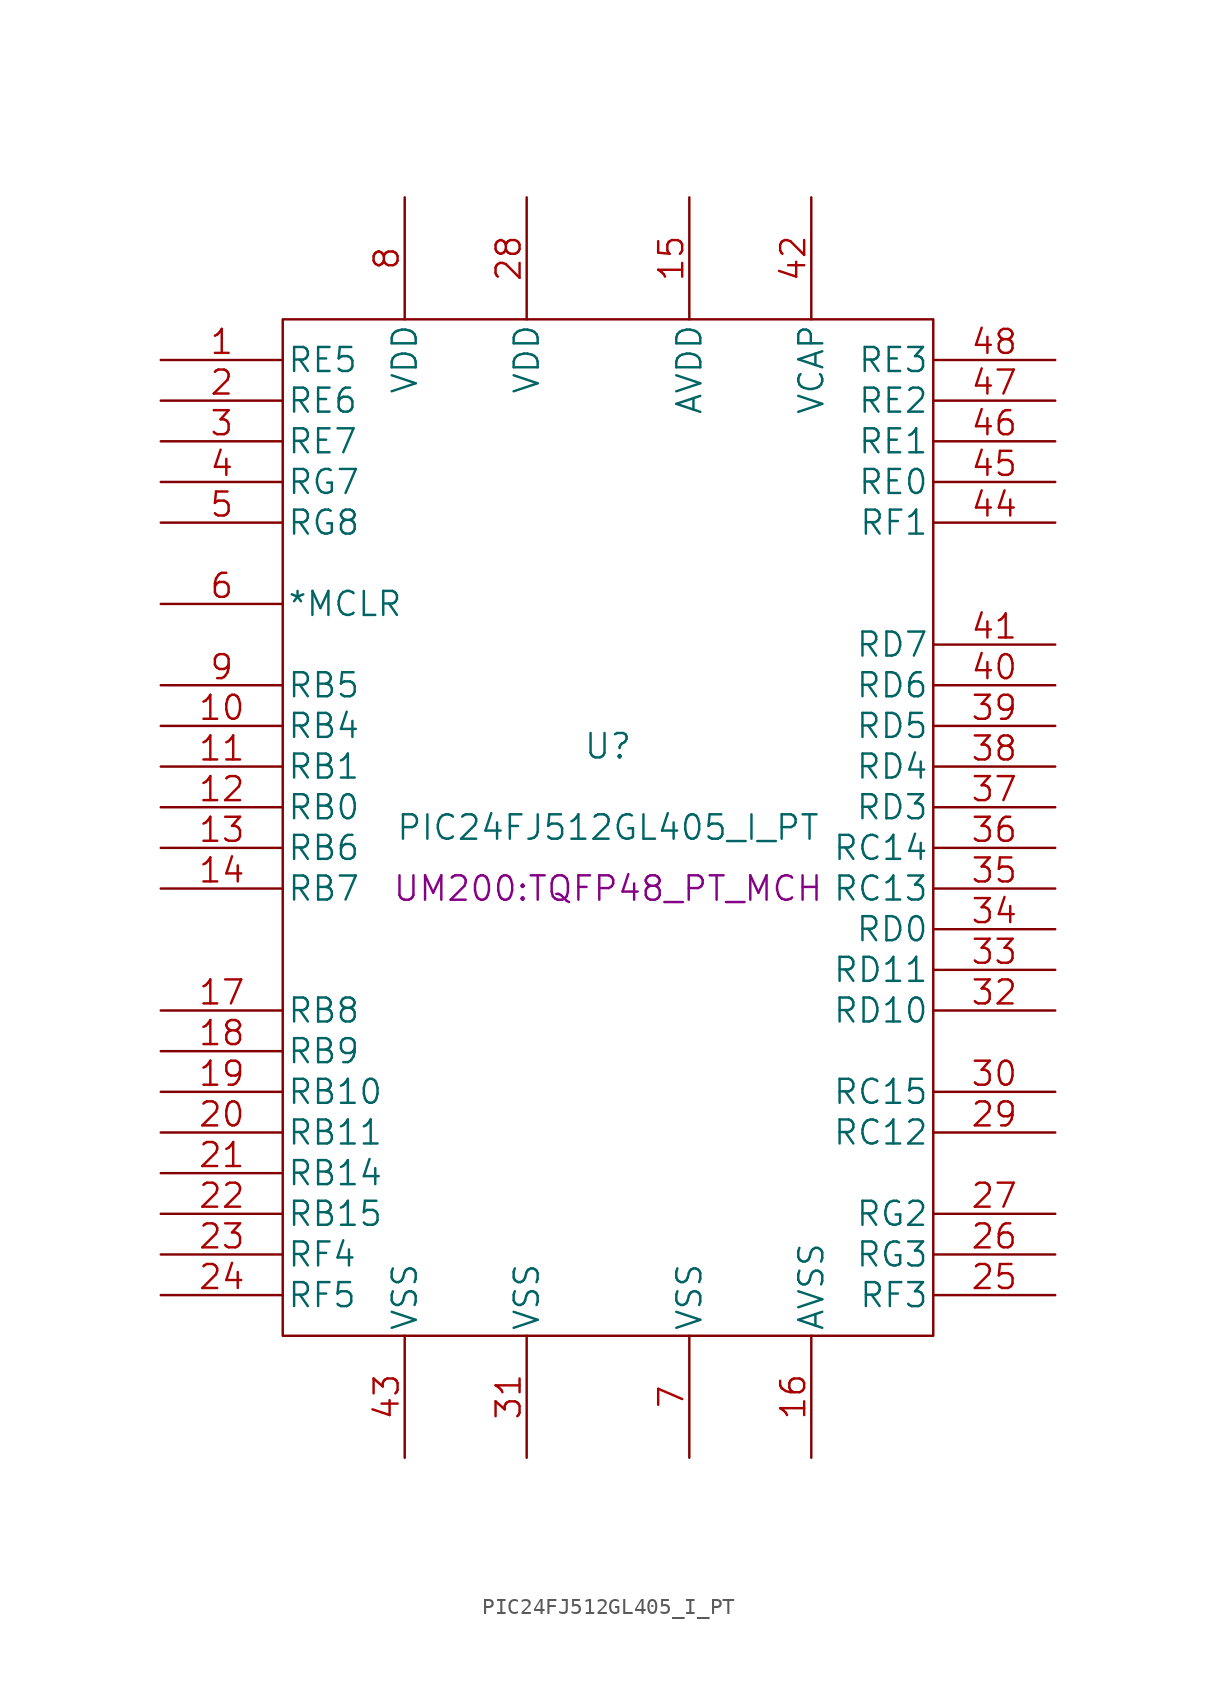
<source format=kicad_sym>
(kicad_symbol_lib
  (version 20211014)
  (generator kicad_symbol_editor)
  (symbol "PIC24FJ512GL405_I_PT"
    (pin_names
      (offset 0.254))
    (property "Reference" "U"
      (at 0 5.08 0)
      (effects (font (size 1.524 1.524))))
    (property "Value" "PIC24FJ512GL405_I_PT"
      (at 0 0 0)
      (effects (font (size 1.524 1.524))))
    (property "Footprint" "UM200:TQFP48_PT_MCH"
      (at 0 -3.81 0)
      (effects (font (size 1.524 1.524))))
    (property "Datasheet" ""
      (at -27.94 29.21 0)
      (effects (font (size 1.524 1.524))))
    (symbol "PIC24FJ512GL405_I_PT_1_1"
      (rectangle (start -20.32 31.75) (end 20.32 -31.75) (stroke (width 0) (type default) (color 0 0 0 0)) (fill (type none)))
      (pin bidirectional line (at -27.94 29.21 0) (length 7.62) (name "RE5" (effects (font (size 1.499 1.499)))) (number "1" (effects (font (size 1.499 1.499)))))
      (pin bidirectional line (at -27.94 6.35 0) (length 7.62) (name "RB4" (effects (font (size 1.499 1.499)))) (number "10" (effects (font (size 1.499 1.499)))))
      (pin bidirectional line (at -27.94 3.81 0) (length 7.62) (name "RB1" (effects (font (size 1.499 1.499)))) (number "11" (effects (font (size 1.499 1.499)))))
      (pin bidirectional line (at -27.94 1.27 0) (length 7.62) (name "RB0" (effects (font (size 1.499 1.499)))) (number "12" (effects (font (size 1.499 1.499)))))
      (pin bidirectional line (at -27.94 -1.27 0) (length 7.62) (name "RB6" (effects (font (size 1.499 1.499)))) (number "13" (effects (font (size 1.499 1.499)))))
      (pin bidirectional line (at -27.94 -3.81 0) (length 7.62) (name "RB7" (effects (font (size 1.499 1.499)))) (number "14" (effects (font (size 1.499 1.499)))))
      (pin power_in line (at 5.08 39.37 270) (length 7.62) (name "AVDD" (effects (font (size 1.499 1.499)))) (number "15" (effects (font (size 1.499 1.499)))))
      (pin power_in line (at 12.7 -39.37 90) (length 7.62) (name "AVSS" (effects (font (size 1.499 1.499)))) (number "16" (effects (font (size 1.499 1.499)))))
      (pin bidirectional line (at -27.94 -11.43 0) (length 7.62) (name "RB8" (effects (font (size 1.499 1.499)))) (number "17" (effects (font (size 1.499 1.499)))))
      (pin bidirectional line (at -27.94 -13.97 0) (length 7.62) (name "RB9" (effects (font (size 1.499 1.499)))) (number "18" (effects (font (size 1.499 1.499)))))
      (pin bidirectional line (at -27.94 -16.51 0) (length 7.62) (name "RB10" (effects (font (size 1.499 1.499)))) (number "19" (effects (font (size 1.499 1.499)))))
      (pin bidirectional line (at -27.94 26.67 0) (length 7.62) (name "RE6" (effects (font (size 1.499 1.499)))) (number "2" (effects (font (size 1.499 1.499)))))
      (pin bidirectional line (at -27.94 -19.05 0) (length 7.62) (name "RB11" (effects (font (size 1.499 1.499)))) (number "20" (effects (font (size 1.499 1.499)))))
      (pin bidirectional line (at -27.94 -21.59 0) (length 7.62) (name "RB14" (effects (font (size 1.499 1.499)))) (number "21" (effects (font (size 1.499 1.499)))))
      (pin bidirectional line (at -27.94 -24.13 0) (length 7.62) (name "RB15" (effects (font (size 1.499 1.499)))) (number "22" (effects (font (size 1.499 1.499)))))
      (pin bidirectional line (at -27.94 -26.67 0) (length 7.62) (name "RF4" (effects (font (size 1.499 1.499)))) (number "23" (effects (font (size 1.499 1.499)))))
      (pin bidirectional line (at -27.94 -29.21 0) (length 7.62) (name "RF5" (effects (font (size 1.499 1.499)))) (number "24" (effects (font (size 1.499 1.499)))))
      (pin bidirectional line (at 27.94 -29.21 180) (length 7.62) (name "RF3" (effects (font (size 1.499 1.499)))) (number "25" (effects (font (size 1.499 1.499)))))
      (pin bidirectional line (at 27.94 -26.67 180) (length 7.62) (name "RG3" (effects (font (size 1.499 1.499)))) (number "26" (effects (font (size 1.499 1.499)))))
      (pin bidirectional line (at 27.94 -24.13 180) (length 7.62) (name "RG2" (effects (font (size 1.499 1.499)))) (number "27" (effects (font (size 1.499 1.499)))))
      (pin power_in line (at -5.08 39.37 270) (length 7.62) (name "VDD" (effects (font (size 1.499 1.499)))) (number "28" (effects (font (size 1.499 1.499)))))
      (pin bidirectional line (at 27.94 -19.05 180) (length 7.62) (name "RC12" (effects (font (size 1.499 1.499)))) (number "29" (effects (font (size 1.499 1.499)))))
      (pin bidirectional line (at -27.94 24.13 0) (length 7.62) (name "RE7" (effects (font (size 1.499 1.499)))) (number "3" (effects (font (size 1.499 1.499)))))
      (pin bidirectional line (at 27.94 -16.51 180) (length 7.62) (name "RC15" (effects (font (size 1.499 1.499)))) (number "30" (effects (font (size 1.499 1.499)))))
      (pin power_in line (at -5.08 -39.37 90) (length 7.62) (name "VSS" (effects (font (size 1.499 1.499)))) (number "31" (effects (font (size 1.499 1.499)))))
      (pin bidirectional line (at 27.94 -11.43 180) (length 7.62) (name "RD10" (effects (font (size 1.499 1.499)))) (number "32" (effects (font (size 1.499 1.499)))))
      (pin bidirectional line (at 27.94 -8.89 180) (length 7.62) (name "RD11" (effects (font (size 1.499 1.499)))) (number "33" (effects (font (size 1.499 1.499)))))
      (pin bidirectional line (at 27.94 -6.35 180) (length 7.62) (name "RD0" (effects (font (size 1.499 1.499)))) (number "34" (effects (font (size 1.499 1.499)))))
      (pin bidirectional line (at 27.94 -3.81 180) (length 7.62) (name "RC13" (effects (font (size 1.499 1.499)))) (number "35" (effects (font (size 1.499 1.499)))))
      (pin bidirectional line (at 27.94 -1.27 180) (length 7.62) (name "RC14" (effects (font (size 1.499 1.499)))) (number "36" (effects (font (size 1.499 1.499)))))
      (pin bidirectional line (at 27.94 1.27 180) (length 7.62) (name "RD3" (effects (font (size 1.499 1.499)))) (number "37" (effects (font (size 1.499 1.499)))))
      (pin bidirectional line (at 27.94 3.81 180) (length 7.62) (name "RD4" (effects (font (size 1.499 1.499)))) (number "38" (effects (font (size 1.499 1.499)))))
      (pin bidirectional line (at 27.94 6.35 180) (length 7.62) (name "RD5" (effects (font (size 1.499 1.499)))) (number "39" (effects (font (size 1.499 1.499)))))
      (pin bidirectional line (at -27.94 21.59 0) (length 7.62) (name "RG7" (effects (font (size 1.499 1.499)))) (number "4" (effects (font (size 1.499 1.499)))))
      (pin bidirectional line (at 27.94 8.89 180) (length 7.62) (name "RD6" (effects (font (size 1.499 1.499)))) (number "40" (effects (font (size 1.499 1.499)))))
      (pin bidirectional line (at 27.94 11.43 180) (length 7.62) (name "RD7" (effects (font (size 1.499 1.499)))) (number "41" (effects (font (size 1.499 1.499)))))
      (pin power_in line (at 12.7 39.37 270) (length 7.62) (name "VCAP" (effects (font (size 1.499 1.499)))) (number "42" (effects (font (size 1.499 1.499)))))
      (pin power_in line (at -12.7 -39.37 90) (length 7.62) (name "VSS" (effects (font (size 1.499 1.499)))) (number "43" (effects (font (size 1.499 1.499)))))
      (pin bidirectional line (at 27.94 19.05 180) (length 7.62) (name "RF1" (effects (font (size 1.499 1.499)))) (number "44" (effects (font (size 1.499 1.499)))))
      (pin bidirectional line (at 27.94 21.59 180) (length 7.62) (name "RE0" (effects (font (size 1.499 1.499)))) (number "45" (effects (font (size 1.499 1.499)))))
      (pin bidirectional line (at 27.94 24.13 180) (length 7.62) (name "RE1" (effects (font (size 1.499 1.499)))) (number "46" (effects (font (size 1.499 1.499)))))
      (pin bidirectional line (at 27.94 26.67 180) (length 7.62) (name "RE2" (effects (font (size 1.499 1.499)))) (number "47" (effects (font (size 1.499 1.499)))))
      (pin bidirectional line (at 27.94 29.21 180) (length 7.62) (name "RE3" (effects (font (size 1.499 1.499)))) (number "48" (effects (font (size 1.499 1.499)))))
      (pin bidirectional line (at -27.94 19.05 0) (length 7.62) (name "RG8" (effects (font (size 1.499 1.499)))) (number "5" (effects (font (size 1.499 1.499)))))
      (pin input line (at -27.94 13.97 0) (length 7.62) (name "*MCLR" (effects (font (size 1.499 1.499)))) (number "6" (effects (font (size 1.499 1.499)))))
      (pin power_in line (at 5.08 -39.37 90) (length 7.62) (name "VSS" (effects (font (size 1.499 1.499)))) (number "7" (effects (font (size 1.499 1.499)))))
      (pin power_in line (at -12.7 39.37 270) (length 7.62) (name "VDD" (effects (font (size 1.499 1.499)))) (number "8" (effects (font (size 1.499 1.499)))))
      (pin bidirectional line (at -27.94 8.89 0) (length 7.62) (name "RB5" (effects (font (size 1.499 1.499)))) (number "9" (effects (font (size 1.499 1.499))))))))
</source>
